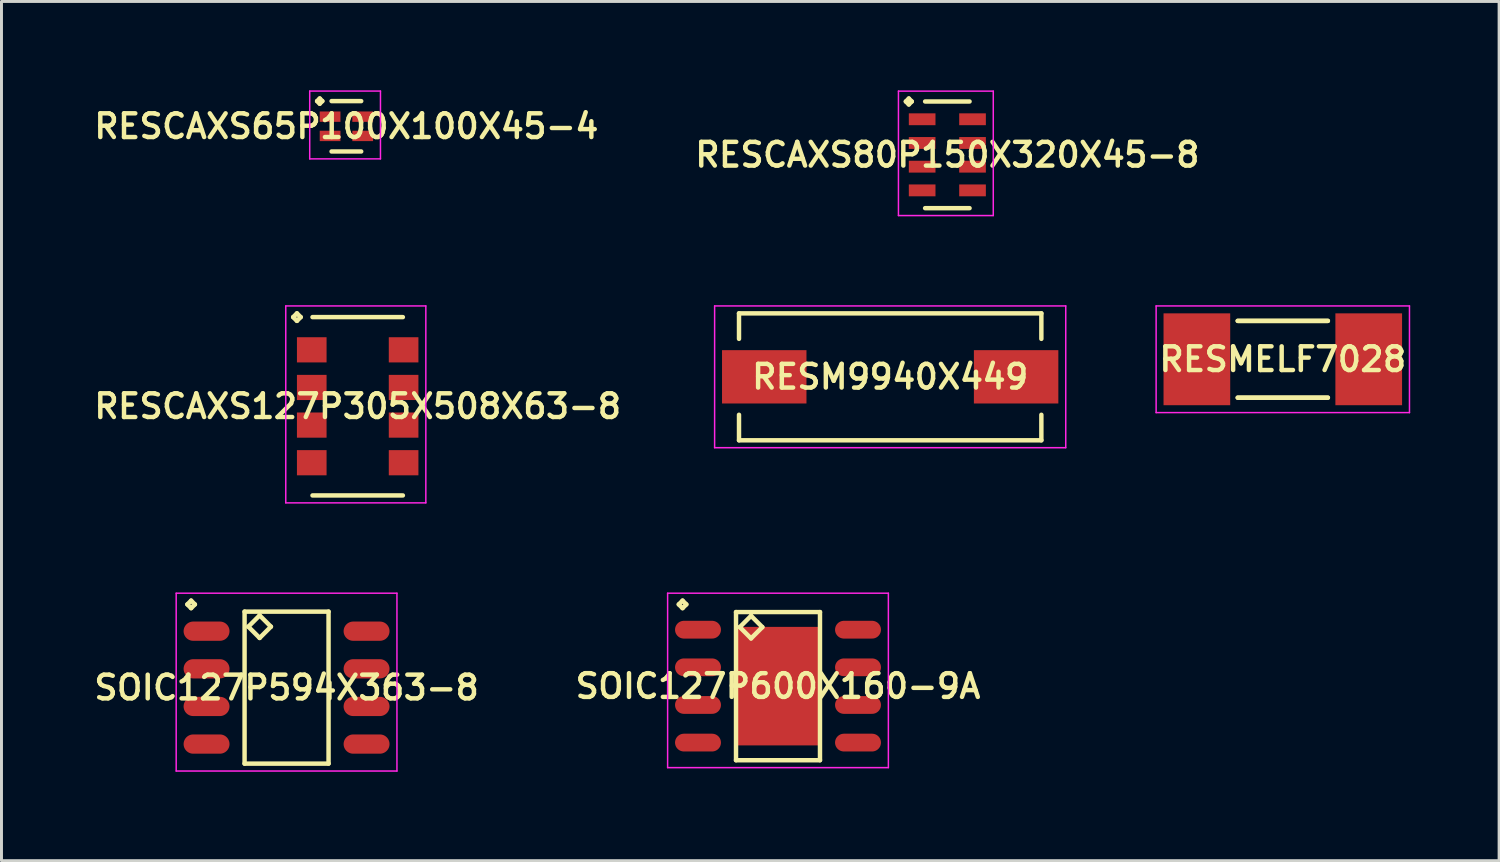
<source format=kicad_pcb>
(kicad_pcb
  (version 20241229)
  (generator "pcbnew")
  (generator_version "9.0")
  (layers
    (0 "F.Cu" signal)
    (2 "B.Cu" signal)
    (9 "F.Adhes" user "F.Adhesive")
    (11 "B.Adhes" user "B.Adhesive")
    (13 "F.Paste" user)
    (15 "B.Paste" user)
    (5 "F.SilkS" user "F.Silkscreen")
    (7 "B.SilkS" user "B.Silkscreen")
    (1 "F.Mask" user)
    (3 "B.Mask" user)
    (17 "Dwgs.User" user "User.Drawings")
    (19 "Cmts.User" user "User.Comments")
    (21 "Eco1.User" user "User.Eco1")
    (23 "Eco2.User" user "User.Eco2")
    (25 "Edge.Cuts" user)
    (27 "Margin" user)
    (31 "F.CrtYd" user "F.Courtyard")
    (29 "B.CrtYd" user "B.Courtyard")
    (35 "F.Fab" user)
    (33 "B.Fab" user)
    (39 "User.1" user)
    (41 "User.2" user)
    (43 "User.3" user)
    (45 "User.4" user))
  (footprint "RESCAXS80P150X320X45-8"
    (layer "F.Cu")
    (at 28.921 2.175)
    (property "Reference" "RESCAXS80P150X320X45-8" (at 0 0 0) (layer "F.SilkS") (effects (font (size 0.8 0.8) (thickness 0.15))))
    (attr smd)
    (fp_line (start -1.4 -1.8) (end -1.3 -1.9) (stroke (width 0.15) (type solid)) (layer "F.SilkS"))
    (fp_line (start -1.3 -1.9) (end -1.2 -1.8) (stroke (width 0.15) (type solid)) (layer "F.SilkS"))
    (fp_line (start -1.3 -1.7) (end -1.4 -1.8) (stroke (width 0.15) (type solid)) (layer "F.SilkS"))
    (fp_line (start -1.2 -1.8) (end -1.3 -1.7) (stroke (width 0.15) (type solid)) (layer "F.SilkS"))
    (fp_line (start -0.75 -1.8) (end 0.75 -1.8) (stroke (width 0.15) (type solid)) (layer "F.SilkS"))
    (fp_line (start -0.75 1.8) (end 0.75 1.8) (stroke (width 0.15) (type solid)) (layer "F.SilkS"))
    (fp_line (start -1.65 -2.15) (end 1.55 -2.15) (stroke (width 0.05) (type solid)) (layer "F.CrtYd"))
    (fp_line (start -1.65 2.05) (end -1.65 -2.15) (stroke (width 0.05) (type solid)) (layer "F.CrtYd"))
    (fp_line (start 1.55 -2.15) (end 1.55 2.05) (stroke (width 0.05) (type solid)) (layer "F.CrtYd"))
    (fp_line (start 1.55 2.05) (end -1.65 2.05) (stroke (width 0.05) (type solid)) (layer "F.CrtYd"))
    (pad "1" smd rect (at -0.85 -1.2) (size 0.9 0.4) (layers "F.Cu" "F.Mask" "F.Paste"))
    (pad "2" smd rect (at -0.85 -0.4) (size 0.9 0.4) (layers "F.Cu" "F.Mask" "F.Paste"))
    (pad "3" smd rect (at -0.85 0.4) (size 0.9 0.4) (layers "F.Cu" "F.Mask" "F.Paste"))
    (pad "4" smd rect (at -0.85 1.2) (size 0.9 0.4) (layers "F.Cu" "F.Mask" "F.Paste"))
    (pad "5" smd rect (at 0.85 1.2) (size 0.9 0.4) (layers "F.Cu" "F.Mask" "F.Paste"))
    (pad "6" smd rect (at 0.85 0.4) (size 0.9 0.4) (layers "F.Cu" "F.Mask" "F.Paste"))
    (pad "7" smd rect (at 0.85 -0.4) (size 0.9 0.4) (layers "F.Cu" "F.Mask" "F.Paste"))
    (pad "8" smd rect (at 0.85 -1.2) (size 0.9 0.4) (layers "F.Cu" "F.Mask" "F.Paste")))
  (footprint "RESCAXS127P305X508X63-8"
    (layer "F.Cu")
    (at 9.021 10.661)
    (property "Reference" "RESCAXS127P305X508X63-8" (at 0 0 0) (layer "F.SilkS") (effects (font (size 0.8 0.8) (thickness 0.15))))
    (attr smd)
    (fp_line (start -2.177 -3.009) (end -2.05 -3.136) (stroke (width 0.15) (type solid)) (layer "F.SilkS"))
    (fp_line (start -2.05 -3.136) (end -1.923 -3.009) (stroke (width 0.15) (type solid)) (layer "F.SilkS"))
    (fp_line (start -2.05 -2.882) (end -2.177 -3.009) (stroke (width 0.15) (type solid)) (layer "F.SilkS"))
    (fp_line (start -1.923 -3.009) (end -2.05 -2.882) (stroke (width 0.15) (type solid)) (layer "F.SilkS"))
    (fp_line (start -1.525 -3.009) (end 1.525 -3.009) (stroke (width 0.15) (type solid)) (layer "F.SilkS"))
    (fp_line (start -1.525 3.009) (end 1.525 3.009) (stroke (width 0.15) (type solid)) (layer "F.SilkS"))
    (fp_line (start -2.427 -3.386) (end 2.3 -3.386) (stroke (width 0.05) (type solid)) (layer "F.CrtYd"))
    (fp_line (start -2.427 3.259) (end -2.427 -3.386) (stroke (width 0.05) (type solid)) (layer "F.CrtYd"))
    (fp_line (start 2.3 -3.386) (end 2.3 3.259) (stroke (width 0.05) (type solid)) (layer "F.CrtYd"))
    (fp_line (start 2.3 3.259) (end -2.427 3.259) (stroke (width 0.05) (type solid)) (layer "F.CrtYd"))
    (pad "1" smd rect (at -1.55 -1.905) (size 1 0.85) (layers "F.Cu" "F.Mask" "F.Paste"))
    (pad "2" smd rect (at -1.55 -0.635) (size 1 0.85) (layers "F.Cu" "F.Mask" "F.Paste"))
    (pad "3" smd rect (at -1.55 0.635) (size 1 0.85) (layers "F.Cu" "F.Mask" "F.Paste"))
    (pad "4" smd rect (at -1.55 1.905) (size 1 0.85) (layers "F.Cu" "F.Mask" "F.Paste"))
    (pad "5" smd rect (at 1.55 1.905) (size 1 0.85) (layers "F.Cu" "F.Mask" "F.Paste"))
    (pad "6" smd rect (at 1.55 0.635) (size 1 0.85) (layers "F.Cu" "F.Mask" "F.Paste"))
    (pad "7" smd rect (at 1.55 -0.635) (size 1 0.85) (layers "F.Cu" "F.Mask" "F.Paste"))
    (pad "8" smd rect (at 1.55 -1.905) (size 1 0.85) (layers "F.Cu" "F.Mask" "F.Paste")))
  (footprint "RESMELF7028"
    (layer "F.Cu")
    (at 40.242 9.075)
    (property "Reference" "RESMELF7028" (at 0 0 0) (layer "F.SilkS") (effects (font (size 0.8 0.8) (thickness 0.15))))
    (attr smd)
    (fp_line (start -1.521 -1.296) (end 1.521 -1.296) (stroke (width 0.15) (type solid)) (layer "F.SilkS"))
    (fp_line (start -1.521 1.296) (end 1.521 1.296) (stroke (width 0.15) (type solid)) (layer "F.SilkS"))
    (fp_line (start 1.521 -1.296) (end -1.521 -1.296) (stroke (width 0.15) (type solid)) (layer "F.SilkS"))
    (fp_line (start 1.521 1.296) (end -1.521 1.296) (stroke (width 0.15) (type solid)) (layer "F.SilkS"))
    (fp_line (start -4.275 -1.8) (end 4.275 -1.8) (stroke (width 0.05) (type solid)) (layer "F.CrtYd"))
    (fp_line (start -4.275 1.8) (end -4.275 -1.8) (stroke (width 0.05) (type solid)) (layer "F.CrtYd"))
    (fp_line (start 4.275 -1.8) (end 4.275 1.8) (stroke (width 0.05) (type solid)) (layer "F.CrtYd"))
    (fp_line (start 4.275 1.8) (end -4.275 1.8) (stroke (width 0.05) (type solid)) (layer "F.CrtYd"))
    (pad "1" smd rect (at -2.9 0) (size 2.25 3.1) (layers "F.Cu" "F.Mask" "F.Paste"))
    (pad "2" smd rect (at 2.9 0) (size 2.25 3.1) (layers "F.Cu" "F.Mask" "F.Paste")))
  (footprint "RESCAXS65P100X100X45-4"
    (layer "F.Cu")
    (at 8.64 1.212)
    (property "Reference" "RESCAXS65P100X100X45-4" (at 0 0 0) (layer "F.SilkS") (effects (font (size 0.8 0.8) (thickness 0.15))))
    (attr smd)
    (fp_line (start -0.988 -0.85) (end -0.9 -0.938) (stroke (width 0.15) (type solid)) (layer "F.SilkS"))
    (fp_line (start -0.9 -0.938) (end -0.812 -0.85) (stroke (width 0.15) (type solid)) (layer "F.SilkS"))
    (fp_line (start -0.9 -0.762) (end -0.988 -0.85) (stroke (width 0.15) (type solid)) (layer "F.SilkS"))
    (fp_line (start -0.812 -0.85) (end -0.9 -0.762) (stroke (width 0.15) (type solid)) (layer "F.SilkS"))
    (fp_line (start -0.5 -0.85) (end 0.5 -0.85) (stroke (width 0.15) (type solid)) (layer "F.SilkS"))
    (fp_line (start -0.5 0.85) (end 0.5 0.85) (stroke (width 0.15) (type solid)) (layer "F.SilkS"))
    (fp_line (start -1.238 -1.188) (end 1.15 -1.188) (stroke (width 0.05) (type solid)) (layer "F.CrtYd"))
    (fp_line (start -1.238 1.1) (end -1.238 -1.188) (stroke (width 0.05) (type solid)) (layer "F.CrtYd"))
    (fp_line (start 1.15 -1.188) (end 1.15 1.1) (stroke (width 0.05) (type solid)) (layer "F.CrtYd"))
    (fp_line (start 1.15 1.1) (end -1.238 1.1) (stroke (width 0.05) (type solid)) (layer "F.CrtYd"))
    (pad "1" smd rect (at -0.55 -0.325) (size 0.7 0.35) (layers "F.Cu" "F.Mask" "F.Paste"))
    (pad "2" smd rect (at -0.55 0.325) (size 0.7 0.35) (layers "F.Cu" "F.Mask" "F.Paste"))
    (pad "3" smd rect (at 0.55 0.325) (size 0.7 0.35) (layers "F.Cu" "F.Mask" "F.Paste"))
    (pad "4" smd rect (at 0.55 -0.325) (size 0.7 0.35) (layers "F.Cu" "F.Mask" "F.Paste")))
  (footprint "SOIC127P594X363-8"
    (layer "F.Cu")
    (at 6.621 20.156)
    (property "Reference" "SOIC127P594X363-8" (at 0 0 0) (layer "F.SilkS") (effects (font (size 0.8 0.8) (thickness 0.15))))
    (attr smd)
    (fp_line (start -3.348 -2.809) (end -3.221 -2.936) (stroke (width 0.15) (type solid)) (layer "F.SilkS"))
    (fp_line (start -3.221 -2.936) (end -3.094 -2.809) (stroke (width 0.15) (type solid)) (layer "F.SilkS"))
    (fp_line (start -3.221 -2.682) (end -3.348 -2.809) (stroke (width 0.15) (type solid)) (layer "F.SilkS"))
    (fp_line (start -3.094 -2.809) (end -3.221 -2.682) (stroke (width 0.15) (type solid)) (layer "F.SilkS"))
    (fp_line (start -1.417 -2.565) (end -1.417 2.565) (stroke (width 0.15) (type solid)) (layer "F.SilkS"))
    (fp_line (start -1.417 2.565) (end 1.417 2.565) (stroke (width 0.15) (type solid)) (layer "F.SilkS"))
    (fp_line (start -1.29 -2.057) (end -0.909 -2.438) (stroke (width 0.15) (type solid)) (layer "F.SilkS"))
    (fp_line (start -0.909 -2.438) (end -0.528 -2.057) (stroke (width 0.15) (type solid)) (layer "F.SilkS"))
    (fp_line (start -0.909 -1.676) (end -1.29 -2.057) (stroke (width 0.15) (type solid)) (layer "F.SilkS"))
    (fp_line (start -0.528 -2.057) (end -0.909 -1.676) (stroke (width 0.15) (type solid)) (layer "F.SilkS"))
    (fp_line (start 1.417 -2.565) (end -1.417 -2.565) (stroke (width 0.15) (type solid)) (layer "F.SilkS"))
    (fp_line (start 1.417 2.565) (end 1.417 -2.565) (stroke (width 0.15) (type solid)) (layer "F.SilkS"))
    (fp_line (start -3.725 -3.186) (end 3.725 -3.186) (stroke (width 0.05) (type solid)) (layer "F.CrtYd"))
    (fp_line (start -3.725 2.815) (end -3.725 -3.186) (stroke (width 0.05) (type solid)) (layer "F.CrtYd"))
    (fp_line (start 3.725 -3.186) (end 3.725 2.815) (stroke (width 0.05) (type solid)) (layer "F.CrtYd"))
    (fp_line (start 3.725 2.815) (end -3.725 2.815) (stroke (width 0.05) (type solid)) (layer "F.CrtYd"))
    (pad "1" smd oval (at -2.7 -1.905) (size 1.55 0.65) (layers "F.Cu" "F.Mask" "F.Paste"))
    (pad "2" smd oval (at -2.7 -0.635) (size 1.55 0.65) (layers "F.Cu" "F.Mask" "F.Paste"))
    (pad "3" smd oval (at -2.7 0.635) (size 1.55 0.65) (layers "F.Cu" "F.Mask" "F.Paste"))
    (pad "4" smd oval (at -2.7 1.905) (size 1.55 0.65) (layers "F.Cu" "F.Mask" "F.Paste"))
    (pad "5" smd oval (at 2.7 1.905) (size 1.55 0.65) (layers "F.Cu" "F.Mask" "F.Paste"))
    (pad "6" smd oval (at 2.7 0.635) (size 1.55 0.65) (layers "F.Cu" "F.Mask" "F.Paste"))
    (pad "7" smd oval (at 2.7 -0.635) (size 1.55 0.65) (layers "F.Cu" "F.Mask" "F.Paste"))
    (pad "8" smd oval (at 2.7 -1.905) (size 1.55 0.65) (layers "F.Cu" "F.Mask" "F.Paste")))
  (footprint "SOIC127P600X160-9A"
    (layer "F.Cu")
    (at 23.206 20.106)
    (property "Reference" "SOIC127P600X160-9A" (at 0 0 0) (layer "F.SilkS") (effects (font (size 0.8 0.8) (thickness 0.15))))
    (attr smd)
    (fp_line (start -3.348 -2.759) (end -3.221 -2.886) (stroke (width 0.15) (type solid)) (layer "F.SilkS"))
    (fp_line (start -3.221 -2.886) (end -3.094 -2.759) (stroke (width 0.15) (type solid)) (layer "F.SilkS"))
    (fp_line (start -3.221 -2.632) (end -3.348 -2.759) (stroke (width 0.15) (type solid)) (layer "F.SilkS"))
    (fp_line (start -3.094 -2.759) (end -3.221 -2.632) (stroke (width 0.15) (type solid)) (layer "F.SilkS"))
    (fp_line (start -1.417 -2.5) (end -1.417 2.5) (stroke (width 0.15) (type solid)) (layer "F.SilkS"))
    (fp_line (start -1.417 2.5) (end 1.417 2.5) (stroke (width 0.15) (type solid)) (layer "F.SilkS"))
    (fp_line (start -1.29 -1.992) (end -0.909 -2.373) (stroke (width 0.15) (type solid)) (layer "F.SilkS"))
    (fp_line (start -0.909 -2.373) (end -0.528 -1.992) (stroke (width 0.15) (type solid)) (layer "F.SilkS"))
    (fp_line (start -0.909 -1.611) (end -1.29 -1.992) (stroke (width 0.15) (type solid)) (layer "F.SilkS"))
    (fp_line (start -0.528 -1.992) (end -0.909 -1.611) (stroke (width 0.15) (type solid)) (layer "F.SilkS"))
    (fp_line (start 1.417 -2.5) (end -1.417 -2.5) (stroke (width 0.15) (type solid)) (layer "F.SilkS"))
    (fp_line (start 1.417 2.5) (end 1.417 -2.5) (stroke (width 0.15) (type solid)) (layer "F.SilkS"))
    (fp_line (start -3.725 -3.136) (end 3.725 -3.136) (stroke (width 0.05) (type solid)) (layer "F.CrtYd"))
    (fp_line (start -3.725 2.75) (end -3.725 -3.136) (stroke (width 0.05) (type solid)) (layer "F.CrtYd"))
    (fp_line (start 3.725 -3.136) (end 3.725 2.75) (stroke (width 0.05) (type solid)) (layer "F.CrtYd"))
    (fp_line (start 3.725 2.75) (end -3.725 2.75) (stroke (width 0.05) (type solid)) (layer "F.CrtYd"))
    (pad "1" smd oval (at -2.7 -1.905) (size 1.55 0.6) (layers "F.Cu" "F.Mask" "F.Paste"))
    (pad "2" smd oval (at -2.7 -0.635) (size 1.55 0.6) (layers "F.Cu" "F.Mask" "F.Paste"))
    (pad "3" smd oval (at -2.7 0.635) (size 1.55 0.6) (layers "F.Cu" "F.Mask" "F.Paste"))
    (pad "4" smd oval (at -2.7 1.905) (size 1.55 0.6) (layers "F.Cu" "F.Mask" "F.Paste"))
    (pad "5" smd oval (at 2.7 1.905) (size 1.55 0.6) (layers "F.Cu" "F.Mask" "F.Paste"))
    (pad "6" smd oval (at 2.7 0.635) (size 1.55 0.6) (layers "F.Cu" "F.Mask" "F.Paste"))
    (pad "7" smd oval (at 2.7 -0.635) (size 1.55 0.6) (layers "F.Cu" "F.Mask" "F.Paste"))
    (pad "8" smd oval (at 2.7 -1.905) (size 1.55 0.6) (layers "F.Cu" "F.Mask" "F.Paste"))
    (pad "9" smd rect (at 0 0) (size 2.8 4) (layers "F.Cu" "F.Mask" "F.Paste")))
  (footprint "RESM9940X449"
    (layer "F.Cu")
    (at 26.992 9.667)
    (property "Reference" "RESM9940X449" (at 0 0 0) (layer "F.SilkS") (effects (font (size 0.8 0.8) (thickness 0.15))))
    (attr smd)
    (fp_line (start -5.102 -2.142) (end 5.102 -2.142) (stroke (width 0.15) (type solid)) (layer "F.SilkS"))
    (fp_line (start -5.102 -1.281) (end -5.102 -2.142) (stroke (width 0.15) (type solid)) (layer "F.SilkS"))
    (fp_line (start -5.102 1.281) (end -5.102 2.142) (stroke (width 0.15) (type solid)) (layer "F.SilkS"))
    (fp_line (start -5.102 2.142) (end 5.102 2.142) (stroke (width 0.15) (type solid)) (layer "F.SilkS"))
    (fp_line (start 5.102 -2.142) (end 5.102 -1.281) (stroke (width 0.15) (type solid)) (layer "F.SilkS"))
    (fp_line (start 5.102 2.142) (end 5.102 1.281) (stroke (width 0.15) (type solid)) (layer "F.SilkS"))
    (fp_line (start -5.925 -2.392) (end 5.925 -2.392) (stroke (width 0.05) (type solid)) (layer "F.CrtYd"))
    (fp_line (start -5.925 2.392) (end -5.925 -2.392) (stroke (width 0.05) (type solid)) (layer "F.CrtYd"))
    (fp_line (start 5.925 -2.392) (end 5.925 2.392) (stroke (width 0.05) (type solid)) (layer "F.CrtYd"))
    (fp_line (start 5.925 2.392) (end -5.925 2.392) (stroke (width 0.05) (type solid)) (layer "F.CrtYd"))
    (pad "1" smd rect (at -4.25 0) (size 2.85 1.8) (layers "F.Cu" "F.Mask" "F.Paste"))
    (pad "2" smd rect (at 4.25 0) (size 2.85 1.8) (layers "F.Cu" "F.Mask" "F.Paste")))
  (gr_rect
    (start -3 -3)
    (end 47.542 25.996)
    (stroke (width 0.1) (type default))
    (fill no)
    (layer "Edge.Cuts")))
</source>
